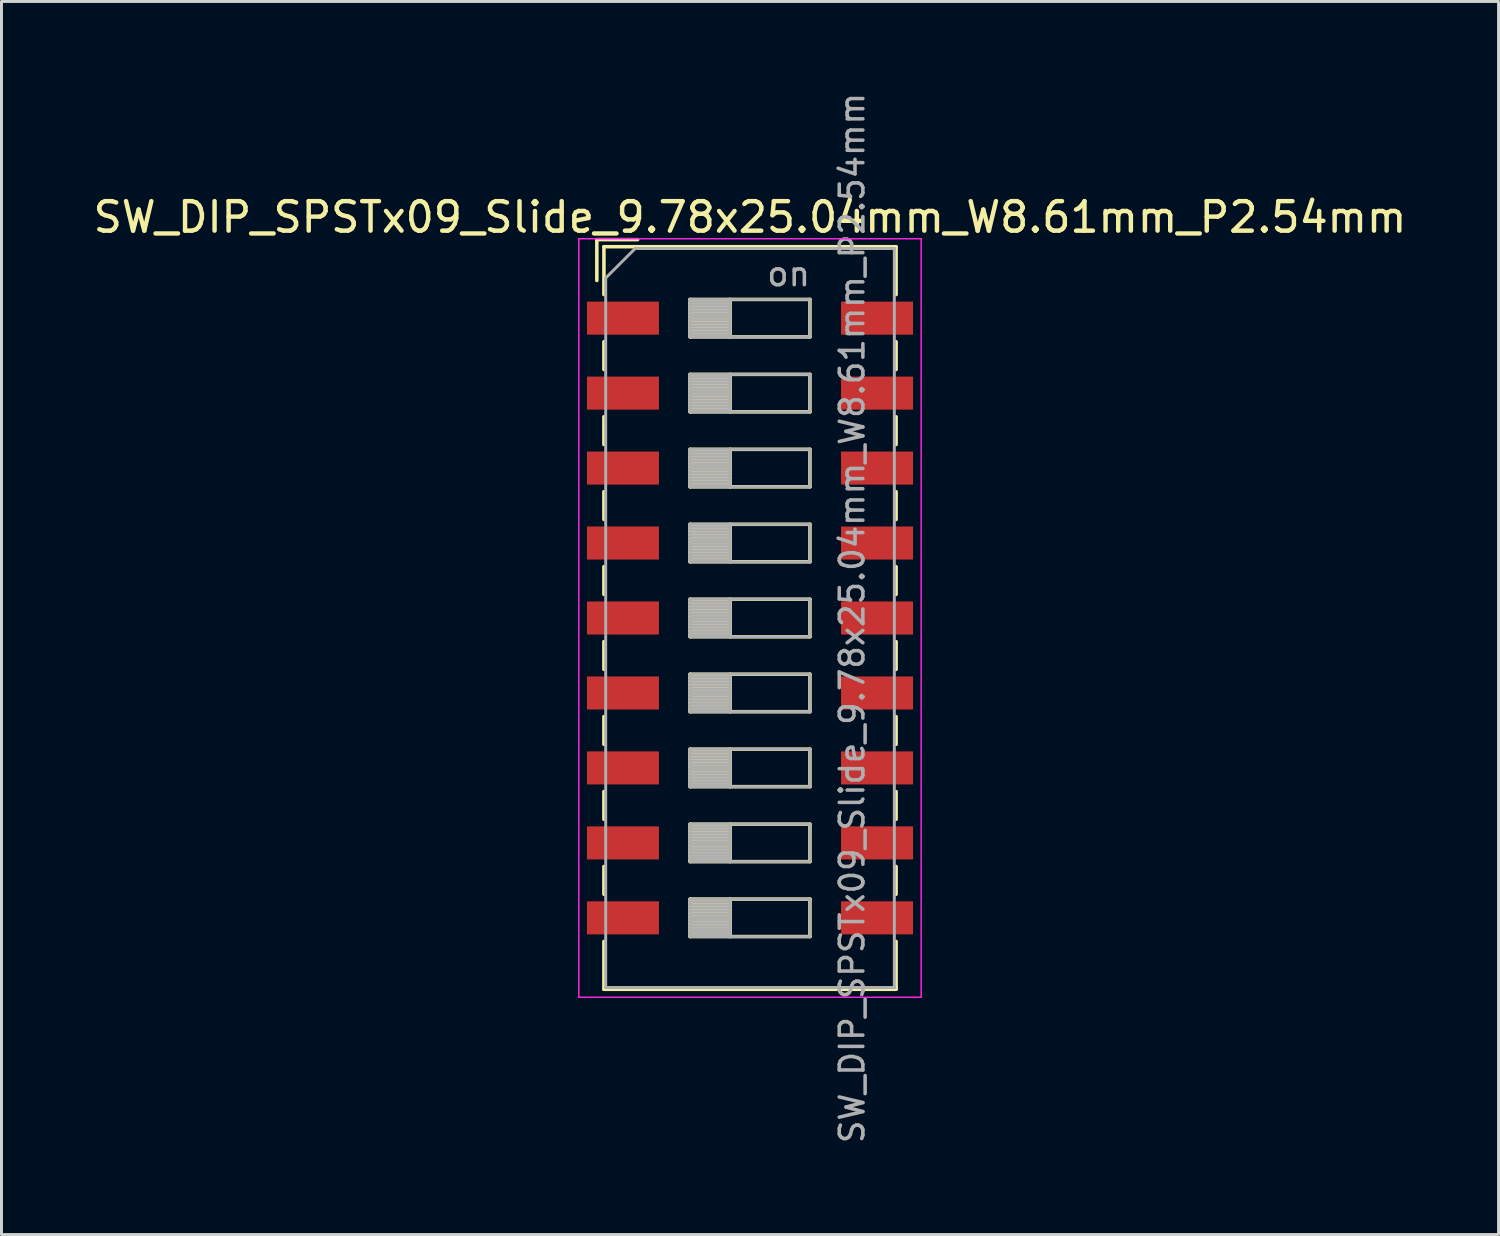
<source format=kicad_pcb>
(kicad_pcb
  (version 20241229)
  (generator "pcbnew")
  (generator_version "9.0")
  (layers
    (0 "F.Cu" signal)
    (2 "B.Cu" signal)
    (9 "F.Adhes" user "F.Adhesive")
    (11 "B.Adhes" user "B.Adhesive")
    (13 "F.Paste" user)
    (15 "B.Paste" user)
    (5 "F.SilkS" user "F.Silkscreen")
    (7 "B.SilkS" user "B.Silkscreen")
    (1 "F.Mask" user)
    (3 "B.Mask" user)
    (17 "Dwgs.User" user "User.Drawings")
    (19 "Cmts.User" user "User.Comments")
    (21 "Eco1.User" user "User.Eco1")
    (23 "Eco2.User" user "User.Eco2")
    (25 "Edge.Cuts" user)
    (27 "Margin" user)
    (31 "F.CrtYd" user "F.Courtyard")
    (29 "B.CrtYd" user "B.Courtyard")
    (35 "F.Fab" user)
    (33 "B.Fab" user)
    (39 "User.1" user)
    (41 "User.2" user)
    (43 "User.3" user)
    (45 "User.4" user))
  (footprint "SW_DIP_SPSTx09_Slide_9.78x25.04mm_W8.61mm_P2.54mm"
    (layer "F.Cu")
    (at 22.363 17.89)
    (property "Reference" "SW_DIP_SPSTx09_Slide_9.78x25.04mm_W8.61mm_P2.54mm" (at 0 -13.58 0) (layer "F.SilkS") (effects (font (size 1 1) (thickness 0.15))))
    (attr smd)
    (fp_line (start -5.19 -12.82) (end -5.19 -11.437) (stroke (width 0.12) (type solid)) (layer "F.SilkS"))
    (fp_line (start -5.19 -12.82) (end -3.806 -12.82) (stroke (width 0.12) (type solid)) (layer "F.SilkS"))
    (fp_line (start -4.95 -12.58) (end -4.95 -10.96) (stroke (width 0.12) (type solid)) (layer "F.SilkS"))
    (fp_line (start -4.95 -12.58) (end 4.95 -12.58) (stroke (width 0.12) (type solid)) (layer "F.SilkS"))
    (fp_line (start -4.95 -9.36) (end -4.95 -8.42) (stroke (width 0.12) (type solid)) (layer "F.SilkS"))
    (fp_line (start -4.95 -6.82) (end -4.95 -5.88) (stroke (width 0.12) (type solid)) (layer "F.SilkS"))
    (fp_line (start -4.95 -4.28) (end -4.95 -3.34) (stroke (width 0.12) (type solid)) (layer "F.SilkS"))
    (fp_line (start -4.95 -1.74) (end -4.95 -0.8) (stroke (width 0.12) (type solid)) (layer "F.SilkS"))
    (fp_line (start -4.95 0.8) (end -4.95 1.74) (stroke (width 0.12) (type solid)) (layer "F.SilkS"))
    (fp_line (start -4.95 3.34) (end -4.95 4.28) (stroke (width 0.12) (type solid)) (layer "F.SilkS"))
    (fp_line (start -4.95 5.88) (end -4.95 6.82) (stroke (width 0.12) (type solid)) (layer "F.SilkS"))
    (fp_line (start -4.95 8.42) (end -4.95 9.36) (stroke (width 0.12) (type solid)) (layer "F.SilkS"))
    (fp_line (start -4.95 10.96) (end -4.95 12.58) (stroke (width 0.12) (type solid)) (layer "F.SilkS"))
    (fp_line (start -4.95 12.58) (end 4.95 12.58) (stroke (width 0.12) (type solid)) (layer "F.SilkS"))
    (fp_line (start -2.03 -10.795) (end -2.03 -9.525) (stroke (width 0.12) (type solid)) (layer "F.SilkS"))
    (fp_line (start -2.03 -10.675) (end -0.677 -10.675) (stroke (width 0.12) (type solid)) (layer "F.SilkS"))
    (fp_line (start -2.03 -10.555) (end -0.677 -10.555) (stroke (width 0.12) (type solid)) (layer "F.SilkS"))
    (fp_line (start -2.03 -10.435) (end -0.677 -10.435) (stroke (width 0.12) (type solid)) (layer "F.SilkS"))
    (fp_line (start -2.03 -10.315) (end -0.677 -10.315) (stroke (width 0.12) (type solid)) (layer "F.SilkS"))
    (fp_line (start -2.03 -10.195) (end -0.677 -10.195) (stroke (width 0.12) (type solid)) (layer "F.SilkS"))
    (fp_line (start -2.03 -10.075) (end -0.677 -10.075) (stroke (width 0.12) (type solid)) (layer "F.SilkS"))
    (fp_line (start -2.03 -9.955) (end -0.677 -9.955) (stroke (width 0.12) (type solid)) (layer "F.SilkS"))
    (fp_line (start -2.03 -9.835) (end -0.677 -9.835) (stroke (width 0.12) (type solid)) (layer "F.SilkS"))
    (fp_line (start -2.03 -9.715) (end -0.677 -9.715) (stroke (width 0.12) (type solid)) (layer "F.SilkS"))
    (fp_line (start -2.03 -9.595) (end -0.677 -9.595) (stroke (width 0.12) (type solid)) (layer "F.SilkS"))
    (fp_line (start -2.03 -9.525) (end 2.03 -9.525) (stroke (width 0.12) (type solid)) (layer "F.SilkS"))
    (fp_line (start -2.03 -8.255) (end -2.03 -6.985) (stroke (width 0.12) (type solid)) (layer "F.SilkS"))
    (fp_line (start -2.03 -8.135) (end -0.677 -8.135) (stroke (width 0.12) (type solid)) (layer "F.SilkS"))
    (fp_line (start -2.03 -8.015) (end -0.677 -8.015) (stroke (width 0.12) (type solid)) (layer "F.SilkS"))
    (fp_line (start -2.03 -7.895) (end -0.677 -7.895) (stroke (width 0.12) (type solid)) (layer "F.SilkS"))
    (fp_line (start -2.03 -7.775) (end -0.677 -7.775) (stroke (width 0.12) (type solid)) (layer "F.SilkS"))
    (fp_line (start -2.03 -7.655) (end -0.677 -7.655) (stroke (width 0.12) (type solid)) (layer "F.SilkS"))
    (fp_line (start -2.03 -7.535) (end -0.677 -7.535) (stroke (width 0.12) (type solid)) (layer "F.SilkS"))
    (fp_line (start -2.03 -7.415) (end -0.677 -7.415) (stroke (width 0.12) (type solid)) (layer "F.SilkS"))
    (fp_line (start -2.03 -7.295) (end -0.677 -7.295) (stroke (width 0.12) (type solid)) (layer "F.SilkS"))
    (fp_line (start -2.03 -7.175) (end -0.677 -7.175) (stroke (width 0.12) (type solid)) (layer "F.SilkS"))
    (fp_line (start -2.03 -7.055) (end -0.677 -7.055) (stroke (width 0.12) (type solid)) (layer "F.SilkS"))
    (fp_line (start -2.03 -6.985) (end 2.03 -6.985) (stroke (width 0.12) (type solid)) (layer "F.SilkS"))
    (fp_line (start -2.03 -5.715) (end -2.03 -4.445) (stroke (width 0.12) (type solid)) (layer "F.SilkS"))
    (fp_line (start -2.03 -5.595) (end -0.677 -5.595) (stroke (width 0.12) (type solid)) (layer "F.SilkS"))
    (fp_line (start -2.03 -5.475) (end -0.677 -5.475) (stroke (width 0.12) (type solid)) (layer "F.SilkS"))
    (fp_line (start -2.03 -5.355) (end -0.677 -5.355) (stroke (width 0.12) (type solid)) (layer "F.SilkS"))
    (fp_line (start -2.03 -5.235) (end -0.677 -5.235) (stroke (width 0.12) (type solid)) (layer "F.SilkS"))
    (fp_line (start -2.03 -5.115) (end -0.677 -5.115) (stroke (width 0.12) (type solid)) (layer "F.SilkS"))
    (fp_line (start -2.03 -4.995) (end -0.677 -4.995) (stroke (width 0.12) (type solid)) (layer "F.SilkS"))
    (fp_line (start -2.03 -4.875) (end -0.677 -4.875) (stroke (width 0.12) (type solid)) (layer "F.SilkS"))
    (fp_line (start -2.03 -4.755) (end -0.677 -4.755) (stroke (width 0.12) (type solid)) (layer "F.SilkS"))
    (fp_line (start -2.03 -4.635) (end -0.677 -4.635) (stroke (width 0.12) (type solid)) (layer "F.SilkS"))
    (fp_line (start -2.03 -4.515) (end -0.677 -4.515) (stroke (width 0.12) (type solid)) (layer "F.SilkS"))
    (fp_line (start -2.03 -4.445) (end 2.03 -4.445) (stroke (width 0.12) (type solid)) (layer "F.SilkS"))
    (fp_line (start -2.03 -3.175) (end -2.03 -1.905) (stroke (width 0.12) (type solid)) (layer "F.SilkS"))
    (fp_line (start -2.03 -3.055) (end -0.677 -3.055) (stroke (width 0.12) (type solid)) (layer "F.SilkS"))
    (fp_line (start -2.03 -2.935) (end -0.677 -2.935) (stroke (width 0.12) (type solid)) (layer "F.SilkS"))
    (fp_line (start -2.03 -2.815) (end -0.677 -2.815) (stroke (width 0.12) (type solid)) (layer "F.SilkS"))
    (fp_line (start -2.03 -2.695) (end -0.677 -2.695) (stroke (width 0.12) (type solid)) (layer "F.SilkS"))
    (fp_line (start -2.03 -2.575) (end -0.677 -2.575) (stroke (width 0.12) (type solid)) (layer "F.SilkS"))
    (fp_line (start -2.03 -2.455) (end -0.677 -2.455) (stroke (width 0.12) (type solid)) (layer "F.SilkS"))
    (fp_line (start -2.03 -2.335) (end -0.677 -2.335) (stroke (width 0.12) (type solid)) (layer "F.SilkS"))
    (fp_line (start -2.03 -2.215) (end -0.677 -2.215) (stroke (width 0.12) (type solid)) (layer "F.SilkS"))
    (fp_line (start -2.03 -2.095) (end -0.677 -2.095) (stroke (width 0.12) (type solid)) (layer "F.SilkS"))
    (fp_line (start -2.03 -1.975) (end -0.677 -1.975) (stroke (width 0.12) (type solid)) (layer "F.SilkS"))
    (fp_line (start -2.03 -1.905) (end 2.03 -1.905) (stroke (width 0.12) (type solid)) (layer "F.SilkS"))
    (fp_line (start -2.03 -0.635) (end -2.03 0.635) (stroke (width 0.12) (type solid)) (layer "F.SilkS"))
    (fp_line (start -2.03 -0.515) (end -0.677 -0.515) (stroke (width 0.12) (type solid)) (layer "F.SilkS"))
    (fp_line (start -2.03 -0.395) (end -0.677 -0.395) (stroke (width 0.12) (type solid)) (layer "F.SilkS"))
    (fp_line (start -2.03 -0.275) (end -0.677 -0.275) (stroke (width 0.12) (type solid)) (layer "F.SilkS"))
    (fp_line (start -2.03 -0.155) (end -0.677 -0.155) (stroke (width 0.12) (type solid)) (layer "F.SilkS"))
    (fp_line (start -2.03 -0.035) (end -0.677 -0.035) (stroke (width 0.12) (type solid)) (layer "F.SilkS"))
    (fp_line (start -2.03 0.085) (end -0.677 0.085) (stroke (width 0.12) (type solid)) (layer "F.SilkS"))
    (fp_line (start -2.03 0.205) (end -0.677 0.205) (stroke (width 0.12) (type solid)) (layer "F.SilkS"))
    (fp_line (start -2.03 0.325) (end -0.677 0.325) (stroke (width 0.12) (type solid)) (layer "F.SilkS"))
    (fp_line (start -2.03 0.445) (end -0.677 0.445) (stroke (width 0.12) (type solid)) (layer "F.SilkS"))
    (fp_line (start -2.03 0.565) (end -0.677 0.565) (stroke (width 0.12) (type solid)) (layer "F.SilkS"))
    (fp_line (start -2.03 0.635) (end 2.03 0.635) (stroke (width 0.12) (type solid)) (layer "F.SilkS"))
    (fp_line (start -2.03 1.905) (end -2.03 3.175) (stroke (width 0.12) (type solid)) (layer "F.SilkS"))
    (fp_line (start -2.03 2.025) (end -0.677 2.025) (stroke (width 0.12) (type solid)) (layer "F.SilkS"))
    (fp_line (start -2.03 2.145) (end -0.677 2.145) (stroke (width 0.12) (type solid)) (layer "F.SilkS"))
    (fp_line (start -2.03 2.265) (end -0.677 2.265) (stroke (width 0.12) (type solid)) (layer "F.SilkS"))
    (fp_line (start -2.03 2.385) (end -0.677 2.385) (stroke (width 0.12) (type solid)) (layer "F.SilkS"))
    (fp_line (start -2.03 2.505) (end -0.677 2.505) (stroke (width 0.12) (type solid)) (layer "F.SilkS"))
    (fp_line (start -2.03 2.625) (end -0.677 2.625) (stroke (width 0.12) (type solid)) (layer "F.SilkS"))
    (fp_line (start -2.03 2.745) (end -0.677 2.745) (stroke (width 0.12) (type solid)) (layer "F.SilkS"))
    (fp_line (start -2.03 2.865) (end -0.677 2.865) (stroke (width 0.12) (type solid)) (layer "F.SilkS"))
    (fp_line (start -2.03 2.985) (end -0.677 2.985) (stroke (width 0.12) (type solid)) (layer "F.SilkS"))
    (fp_line (start -2.03 3.105) (end -0.677 3.105) (stroke (width 0.12) (type solid)) (layer "F.SilkS"))
    (fp_line (start -2.03 3.175) (end 2.03 3.175) (stroke (width 0.12) (type solid)) (layer "F.SilkS"))
    (fp_line (start -2.03 4.445) (end -2.03 5.715) (stroke (width 0.12) (type solid)) (layer "F.SilkS"))
    (fp_line (start -2.03 4.565) (end -0.677 4.565) (stroke (width 0.12) (type solid)) (layer "F.SilkS"))
    (fp_line (start -2.03 4.685) (end -0.677 4.685) (stroke (width 0.12) (type solid)) (layer "F.SilkS"))
    (fp_line (start -2.03 4.805) (end -0.677 4.805) (stroke (width 0.12) (type solid)) (layer "F.SilkS"))
    (fp_line (start -2.03 4.925) (end -0.677 4.925) (stroke (width 0.12) (type solid)) (layer "F.SilkS"))
    (fp_line (start -2.03 5.045) (end -0.677 5.045) (stroke (width 0.12) (type solid)) (layer "F.SilkS"))
    (fp_line (start -2.03 5.165) (end -0.677 5.165) (stroke (width 0.12) (type solid)) (layer "F.SilkS"))
    (fp_line (start -2.03 5.285) (end -0.677 5.285) (stroke (width 0.12) (type solid)) (layer "F.SilkS"))
    (fp_line (start -2.03 5.405) (end -0.677 5.405) (stroke (width 0.12) (type solid)) (layer "F.SilkS"))
    (fp_line (start -2.03 5.525) (end -0.677 5.525) (stroke (width 0.12) (type solid)) (layer "F.SilkS"))
    (fp_line (start -2.03 5.645) (end -0.677 5.645) (stroke (width 0.12) (type solid)) (layer "F.SilkS"))
    (fp_line (start -2.03 5.715) (end 2.03 5.715) (stroke (width 0.12) (type solid)) (layer "F.SilkS"))
    (fp_line (start -2.03 6.985) (end -2.03 8.255) (stroke (width 0.12) (type solid)) (layer "F.SilkS"))
    (fp_line (start -2.03 7.105) (end -0.677 7.105) (stroke (width 0.12) (type solid)) (layer "F.SilkS"))
    (fp_line (start -2.03 7.225) (end -0.677 7.225) (stroke (width 0.12) (type solid)) (layer "F.SilkS"))
    (fp_line (start -2.03 7.345) (end -0.677 7.345) (stroke (width 0.12) (type solid)) (layer "F.SilkS"))
    (fp_line (start -2.03 7.465) (end -0.677 7.465) (stroke (width 0.12) (type solid)) (layer "F.SilkS"))
    (fp_line (start -2.03 7.585) (end -0.677 7.585) (stroke (width 0.12) (type solid)) (layer "F.SilkS"))
    (fp_line (start -2.03 7.705) (end -0.677 7.705) (stroke (width 0.12) (type solid)) (layer "F.SilkS"))
    (fp_line (start -2.03 7.825) (end -0.677 7.825) (stroke (width 0.12) (type solid)) (layer "F.SilkS"))
    (fp_line (start -2.03 7.945) (end -0.677 7.945) (stroke (width 0.12) (type solid)) (layer "F.SilkS"))
    (fp_line (start -2.03 8.065) (end -0.677 8.065) (stroke (width 0.12) (type solid)) (layer "F.SilkS"))
    (fp_line (start -2.03 8.185) (end -0.677 8.185) (stroke (width 0.12) (type solid)) (layer "F.SilkS"))
    (fp_line (start -2.03 8.255) (end 2.03 8.255) (stroke (width 0.12) (type solid)) (layer "F.SilkS"))
    (fp_line (start -2.03 9.525) (end -2.03 10.795) (stroke (width 0.12) (type solid)) (layer "F.SilkS"))
    (fp_line (start -2.03 9.645) (end -0.677 9.645) (stroke (width 0.12) (type solid)) (layer "F.SilkS"))
    (fp_line (start -2.03 9.765) (end -0.677 9.765) (stroke (width 0.12) (type solid)) (layer "F.SilkS"))
    (fp_line (start -2.03 9.885) (end -0.677 9.885) (stroke (width 0.12) (type solid)) (layer "F.SilkS"))
    (fp_line (start -2.03 10.005) (end -0.677 10.005) (stroke (width 0.12) (type solid)) (layer "F.SilkS"))
    (fp_line (start -2.03 10.125) (end -0.677 10.125) (stroke (width 0.12) (type solid)) (layer "F.SilkS"))
    (fp_line (start -2.03 10.245) (end -0.677 10.245) (stroke (width 0.12) (type solid)) (layer "F.SilkS"))
    (fp_line (start -2.03 10.365) (end -0.677 10.365) (stroke (width 0.12) (type solid)) (layer "F.SilkS"))
    (fp_line (start -2.03 10.485) (end -0.677 10.485) (stroke (width 0.12) (type solid)) (layer "F.SilkS"))
    (fp_line (start -2.03 10.605) (end -0.677 10.605) (stroke (width 0.12) (type solid)) (layer "F.SilkS"))
    (fp_line (start -2.03 10.725) (end -0.677 10.725) (stroke (width 0.12) (type solid)) (layer "F.SilkS"))
    (fp_line (start -2.03 10.795) (end 2.03 10.795) (stroke (width 0.12) (type solid)) (layer "F.SilkS"))
    (fp_line (start -0.677 -10.795) (end -0.677 -9.525) (stroke (width 0.12) (type solid)) (layer "F.SilkS"))
    (fp_line (start -0.677 -8.255) (end -0.677 -6.985) (stroke (width 0.12) (type solid)) (layer "F.SilkS"))
    (fp_line (start -0.677 -5.715) (end -0.677 -4.445) (stroke (width 0.12) (type solid)) (layer "F.SilkS"))
    (fp_line (start -0.677 -3.175) (end -0.677 -1.905) (stroke (width 0.12) (type solid)) (layer "F.SilkS"))
    (fp_line (start -0.677 -0.635) (end -0.677 0.635) (stroke (width 0.12) (type solid)) (layer "F.SilkS"))
    (fp_line (start -0.677 1.905) (end -0.677 3.175) (stroke (width 0.12) (type solid)) (layer "F.SilkS"))
    (fp_line (start -0.677 4.445) (end -0.677 5.715) (stroke (width 0.12) (type solid)) (layer "F.SilkS"))
    (fp_line (start -0.677 6.985) (end -0.677 8.255) (stroke (width 0.12) (type solid)) (layer "F.SilkS"))
    (fp_line (start -0.677 9.525) (end -0.677 10.795) (stroke (width 0.12) (type solid)) (layer "F.SilkS"))
    (fp_line (start 2.03 -10.795) (end -2.03 -10.795) (stroke (width 0.12) (type solid)) (layer "F.SilkS"))
    (fp_line (start 2.03 -9.525) (end 2.03 -10.795) (stroke (width 0.12) (type solid)) (layer "F.SilkS"))
    (fp_line (start 2.03 -8.255) (end -2.03 -8.255) (stroke (width 0.12) (type solid)) (layer "F.SilkS"))
    (fp_line (start 2.03 -6.985) (end 2.03 -8.255) (stroke (width 0.12) (type solid)) (layer "F.SilkS"))
    (fp_line (start 2.03 -5.715) (end -2.03 -5.715) (stroke (width 0.12) (type solid)) (layer "F.SilkS"))
    (fp_line (start 2.03 -4.445) (end 2.03 -5.715) (stroke (width 0.12) (type solid)) (layer "F.SilkS"))
    (fp_line (start 2.03 -3.175) (end -2.03 -3.175) (stroke (width 0.12) (type solid)) (layer "F.SilkS"))
    (fp_line (start 2.03 -1.905) (end 2.03 -3.175) (stroke (width 0.12) (type solid)) (layer "F.SilkS"))
    (fp_line (start 2.03 -0.635) (end -2.03 -0.635) (stroke (width 0.12) (type solid)) (layer "F.SilkS"))
    (fp_line (start 2.03 0.635) (end 2.03 -0.635) (stroke (width 0.12) (type solid)) (layer "F.SilkS"))
    (fp_line (start 2.03 1.905) (end -2.03 1.905) (stroke (width 0.12) (type solid)) (layer "F.SilkS"))
    (fp_line (start 2.03 3.175) (end 2.03 1.905) (stroke (width 0.12) (type solid)) (layer "F.SilkS"))
    (fp_line (start 2.03 4.445) (end -2.03 4.445) (stroke (width 0.12) (type solid)) (layer "F.SilkS"))
    (fp_line (start 2.03 5.715) (end 2.03 4.445) (stroke (width 0.12) (type solid)) (layer "F.SilkS"))
    (fp_line (start 2.03 6.985) (end -2.03 6.985) (stroke (width 0.12) (type solid)) (layer "F.SilkS"))
    (fp_line (start 2.03 8.255) (end 2.03 6.985) (stroke (width 0.12) (type solid)) (layer "F.SilkS"))
    (fp_line (start 2.03 9.525) (end -2.03 9.525) (stroke (width 0.12) (type solid)) (layer "F.SilkS"))
    (fp_line (start 2.03 10.795) (end 2.03 9.525) (stroke (width 0.12) (type solid)) (layer "F.SilkS"))
    (fp_line (start 4.95 -12.58) (end 4.95 -10.96) (stroke (width 0.12) (type solid)) (layer "F.SilkS"))
    (fp_line (start 4.95 -9.359) (end 4.95 -8.419) (stroke (width 0.12) (type solid)) (layer "F.SilkS"))
    (fp_line (start 4.95 -6.819) (end 4.95 -5.879) (stroke (width 0.12) (type solid)) (layer "F.SilkS"))
    (fp_line (start 4.95 -4.279) (end 4.95 -3.339) (stroke (width 0.12) (type solid)) (layer "F.SilkS"))
    (fp_line (start 4.95 -1.739) (end 4.95 -0.799) (stroke (width 0.12) (type solid)) (layer "F.SilkS"))
    (fp_line (start 4.95 0.801) (end 4.95 1.741) (stroke (width 0.12) (type solid)) (layer "F.SilkS"))
    (fp_line (start 4.95 3.341) (end 4.95 4.281) (stroke (width 0.12) (type solid)) (layer "F.SilkS"))
    (fp_line (start 4.95 5.881) (end 4.95 6.82) (stroke (width 0.12) (type solid)) (layer "F.SilkS"))
    (fp_line (start 4.95 8.42) (end 4.95 9.36) (stroke (width 0.12) (type solid)) (layer "F.SilkS"))
    (fp_line (start 4.95 10.96) (end 4.95 12.58) (stroke (width 0.12) (type solid)) (layer "F.SilkS"))
    (fp_line (start -5.8 -12.85) (end -5.8 12.85) (stroke (width 0.05) (type solid)) (layer "F.CrtYd"))
    (fp_line (start -5.8 12.85) (end 5.8 12.85) (stroke (width 0.05) (type solid)) (layer "F.CrtYd"))
    (fp_line (start 5.8 -12.85) (end -5.8 -12.85) (stroke (width 0.05) (type solid)) (layer "F.CrtYd"))
    (fp_line (start 5.8 12.85) (end 5.8 -12.85) (stroke (width 0.05) (type solid)) (layer "F.CrtYd"))
    (fp_line (start -4.89 -11.52) (end -3.89 -12.52) (stroke (width 0.1) (type solid)) (layer "F.Fab"))
    (fp_line (start -4.89 12.52) (end -4.89 -11.52) (stroke (width 0.1) (type solid)) (layer "F.Fab"))
    (fp_line (start -3.89 -12.52) (end 4.89 -12.52) (stroke (width 0.1) (type solid)) (layer "F.Fab"))
    (fp_line (start -2.03 -10.795) (end -2.03 -9.525) (stroke (width 0.1) (type solid)) (layer "F.Fab"))
    (fp_line (start -2.03 -10.695) (end -0.677 -10.695) (stroke (width 0.1) (type solid)) (layer "F.Fab"))
    (fp_line (start -2.03 -10.595) (end -0.677 -10.595) (stroke (width 0.1) (type solid)) (layer "F.Fab"))
    (fp_line (start -2.03 -10.495) (end -0.677 -10.495) (stroke (width 0.1) (type solid)) (layer "F.Fab"))
    (fp_line (start -2.03 -10.395) (end -0.677 -10.395) (stroke (width 0.1) (type solid)) (layer "F.Fab"))
    (fp_line (start -2.03 -10.295) (end -0.677 -10.295) (stroke (width 0.1) (type solid)) (layer "F.Fab"))
    (fp_line (start -2.03 -10.195) (end -0.677 -10.195) (stroke (width 0.1) (type solid)) (layer "F.Fab"))
    (fp_line (start -2.03 -10.095) (end -0.677 -10.095) (stroke (width 0.1) (type solid)) (layer "F.Fab"))
    (fp_line (start -2.03 -9.995) (end -0.677 -9.995) (stroke (width 0.1) (type solid)) (layer "F.Fab"))
    (fp_line (start -2.03 -9.895) (end -0.677 -9.895) (stroke (width 0.1) (type solid)) (layer "F.Fab"))
    (fp_line (start -2.03 -9.795) (end -0.677 -9.795) (stroke (width 0.1) (type solid)) (layer "F.Fab"))
    (fp_line (start -2.03 -9.695) (end -0.677 -9.695) (stroke (width 0.1) (type solid)) (layer "F.Fab"))
    (fp_line (start -2.03 -9.595) (end -0.677 -9.595) (stroke (width 0.1) (type solid)) (layer "F.Fab"))
    (fp_line (start -2.03 -9.525) (end 2.03 -9.525) (stroke (width 0.1) (type solid)) (layer "F.Fab"))
    (fp_line (start -2.03 -8.255) (end -2.03 -6.985) (stroke (width 0.1) (type solid)) (layer "F.Fab"))
    (fp_line (start -2.03 -8.155) (end -0.677 -8.155) (stroke (width 0.1) (type solid)) (layer "F.Fab"))
    (fp_line (start -2.03 -8.055) (end -0.677 -8.055) (stroke (width 0.1) (type solid)) (layer "F.Fab"))
    (fp_line (start -2.03 -7.955) (end -0.677 -7.955) (stroke (width 0.1) (type solid)) (layer "F.Fab"))
    (fp_line (start -2.03 -7.855) (end -0.677 -7.855) (stroke (width 0.1) (type solid)) (layer "F.Fab"))
    (fp_line (start -2.03 -7.755) (end -0.677 -7.755) (stroke (width 0.1) (type solid)) (layer "F.Fab"))
    (fp_line (start -2.03 -7.655) (end -0.677 -7.655) (stroke (width 0.1) (type solid)) (layer "F.Fab"))
    (fp_line (start -2.03 -7.555) (end -0.677 -7.555) (stroke (width 0.1) (type solid)) (layer "F.Fab"))
    (fp_line (start -2.03 -7.455) (end -0.677 -7.455) (stroke (width 0.1) (type solid)) (layer "F.Fab"))
    (fp_line (start -2.03 -7.355) (end -0.677 -7.355) (stroke (width 0.1) (type solid)) (layer "F.Fab"))
    (fp_line (start -2.03 -7.255) (end -0.677 -7.255) (stroke (width 0.1) (type solid)) (layer "F.Fab"))
    (fp_line (start -2.03 -7.155) (end -0.677 -7.155) (stroke (width 0.1) (type solid)) (layer "F.Fab"))
    (fp_line (start -2.03 -7.055) (end -0.677 -7.055) (stroke (width 0.1) (type solid)) (layer "F.Fab"))
    (fp_line (start -2.03 -6.985) (end 2.03 -6.985) (stroke (width 0.1) (type solid)) (layer "F.Fab"))
    (fp_line (start -2.03 -5.715) (end -2.03 -4.445) (stroke (width 0.1) (type solid)) (layer "F.Fab"))
    (fp_line (start -2.03 -5.615) (end -0.677 -5.615) (stroke (width 0.1) (type solid)) (layer "F.Fab"))
    (fp_line (start -2.03 -5.515) (end -0.677 -5.515) (stroke (width 0.1) (type solid)) (layer "F.Fab"))
    (fp_line (start -2.03 -5.415) (end -0.677 -5.415) (stroke (width 0.1) (type solid)) (layer "F.Fab"))
    (fp_line (start -2.03 -5.315) (end -0.677 -5.315) (stroke (width 0.1) (type solid)) (layer "F.Fab"))
    (fp_line (start -2.03 -5.215) (end -0.677 -5.215) (stroke (width 0.1) (type solid)) (layer "F.Fab"))
    (fp_line (start -2.03 -5.115) (end -0.677 -5.115) (stroke (width 0.1) (type solid)) (layer "F.Fab"))
    (fp_line (start -2.03 -5.015) (end -0.677 -5.015) (stroke (width 0.1) (type solid)) (layer "F.Fab"))
    (fp_line (start -2.03 -4.915) (end -0.677 -4.915) (stroke (width 0.1) (type solid)) (layer "F.Fab"))
    (fp_line (start -2.03 -4.815) (end -0.677 -4.815) (stroke (width 0.1) (type solid)) (layer "F.Fab"))
    (fp_line (start -2.03 -4.715) (end -0.677 -4.715) (stroke (width 0.1) (type solid)) (layer "F.Fab"))
    (fp_line (start -2.03 -4.615) (end -0.677 -4.615) (stroke (width 0.1) (type solid)) (layer "F.Fab"))
    (fp_line (start -2.03 -4.515) (end -0.677 -4.515) (stroke (width 0.1) (type solid)) (layer "F.Fab"))
    (fp_line (start -2.03 -4.445) (end 2.03 -4.445) (stroke (width 0.1) (type solid)) (layer "F.Fab"))
    (fp_line (start -2.03 -3.175) (end -2.03 -1.905) (stroke (width 0.1) (type solid)) (layer "F.Fab"))
    (fp_line (start -2.03 -3.075) (end -0.677 -3.075) (stroke (width 0.1) (type solid)) (layer "F.Fab"))
    (fp_line (start -2.03 -2.975) (end -0.677 -2.975) (stroke (width 0.1) (type solid)) (layer "F.Fab"))
    (fp_line (start -2.03 -2.875) (end -0.677 -2.875) (stroke (width 0.1) (type solid)) (layer "F.Fab"))
    (fp_line (start -2.03 -2.775) (end -0.677 -2.775) (stroke (width 0.1) (type solid)) (layer "F.Fab"))
    (fp_line (start -2.03 -2.675) (end -0.677 -2.675) (stroke (width 0.1) (type solid)) (layer "F.Fab"))
    (fp_line (start -2.03 -2.575) (end -0.677 -2.575) (stroke (width 0.1) (type solid)) (layer "F.Fab"))
    (fp_line (start -2.03 -2.475) (end -0.677 -2.475) (stroke (width 0.1) (type solid)) (layer "F.Fab"))
    (fp_line (start -2.03 -2.375) (end -0.677 -2.375) (stroke (width 0.1) (type solid)) (layer "F.Fab"))
    (fp_line (start -2.03 -2.275) (end -0.677 -2.275) (stroke (width 0.1) (type solid)) (layer "F.Fab"))
    (fp_line (start -2.03 -2.175) (end -0.677 -2.175) (stroke (width 0.1) (type solid)) (layer "F.Fab"))
    (fp_line (start -2.03 -2.075) (end -0.677 -2.075) (stroke (width 0.1) (type solid)) (layer "F.Fab"))
    (fp_line (start -2.03 -1.975) (end -0.677 -1.975) (stroke (width 0.1) (type solid)) (layer "F.Fab"))
    (fp_line (start -2.03 -1.905) (end 2.03 -1.905) (stroke (width 0.1) (type solid)) (layer "F.Fab"))
    (fp_line (start -2.03 -0.635) (end -2.03 0.635) (stroke (width 0.1) (type solid)) (layer "F.Fab"))
    (fp_line (start -2.03 -0.535) (end -0.677 -0.535) (stroke (width 0.1) (type solid)) (layer "F.Fab"))
    (fp_line (start -2.03 -0.435) (end -0.677 -0.435) (stroke (width 0.1) (type solid)) (layer "F.Fab"))
    (fp_line (start -2.03 -0.335) (end -0.677 -0.335) (stroke (width 0.1) (type solid)) (layer "F.Fab"))
    (fp_line (start -2.03 -0.235) (end -0.677 -0.235) (stroke (width 0.1) (type solid)) (layer "F.Fab"))
    (fp_line (start -2.03 -0.135) (end -0.677 -0.135) (stroke (width 0.1) (type solid)) (layer "F.Fab"))
    (fp_line (start -2.03 -0.035) (end -0.677 -0.035) (stroke (width 0.1) (type solid)) (layer "F.Fab"))
    (fp_line (start -2.03 0.065) (end -0.677 0.065) (stroke (width 0.1) (type solid)) (layer "F.Fab"))
    (fp_line (start -2.03 0.165) (end -0.677 0.165) (stroke (width 0.1) (type solid)) (layer "F.Fab"))
    (fp_line (start -2.03 0.265) (end -0.677 0.265) (stroke (width 0.1) (type solid)) (layer "F.Fab"))
    (fp_line (start -2.03 0.365) (end -0.677 0.365) (stroke (width 0.1) (type solid)) (layer "F.Fab"))
    (fp_line (start -2.03 0.465) (end -0.677 0.465) (stroke (width 0.1) (type solid)) (layer "F.Fab"))
    (fp_line (start -2.03 0.565) (end -0.677 0.565) (stroke (width 0.1) (type solid)) (layer "F.Fab"))
    (fp_line (start -2.03 0.635) (end 2.03 0.635) (stroke (width 0.1) (type solid)) (layer "F.Fab"))
    (fp_line (start -2.03 1.905) (end -2.03 3.175) (stroke (width 0.1) (type solid)) (layer "F.Fab"))
    (fp_line (start -2.03 2.005) (end -0.677 2.005) (stroke (width 0.1) (type solid)) (layer "F.Fab"))
    (fp_line (start -2.03 2.105) (end -0.677 2.105) (stroke (width 0.1) (type solid)) (layer "F.Fab"))
    (fp_line (start -2.03 2.205) (end -0.677 2.205) (stroke (width 0.1) (type solid)) (layer "F.Fab"))
    (fp_line (start -2.03 2.305) (end -0.677 2.305) (stroke (width 0.1) (type solid)) (layer "F.Fab"))
    (fp_line (start -2.03 2.405) (end -0.677 2.405) (stroke (width 0.1) (type solid)) (layer "F.Fab"))
    (fp_line (start -2.03 2.505) (end -0.677 2.505) (stroke (width 0.1) (type solid)) (layer "F.Fab"))
    (fp_line (start -2.03 2.605) (end -0.677 2.605) (stroke (width 0.1) (type solid)) (layer "F.Fab"))
    (fp_line (start -2.03 2.705) (end -0.677 2.705) (stroke (width 0.1) (type solid)) (layer "F.Fab"))
    (fp_line (start -2.03 2.805) (end -0.677 2.805) (stroke (width 0.1) (type solid)) (layer "F.Fab"))
    (fp_line (start -2.03 2.905) (end -0.677 2.905) (stroke (width 0.1) (type solid)) (layer "F.Fab"))
    (fp_line (start -2.03 3.005) (end -0.677 3.005) (stroke (width 0.1) (type solid)) (layer "F.Fab"))
    (fp_line (start -2.03 3.105) (end -0.677 3.105) (stroke (width 0.1) (type solid)) (layer "F.Fab"))
    (fp_line (start -2.03 3.175) (end 2.03 3.175) (stroke (width 0.1) (type solid)) (layer "F.Fab"))
    (fp_line (start -2.03 4.445) (end -2.03 5.715) (stroke (width 0.1) (type solid)) (layer "F.Fab"))
    (fp_line (start -2.03 4.545) (end -0.677 4.545) (stroke (width 0.1) (type solid)) (layer "F.Fab"))
    (fp_line (start -2.03 4.645) (end -0.677 4.645) (stroke (width 0.1) (type solid)) (layer "F.Fab"))
    (fp_line (start -2.03 4.745) (end -0.677 4.745) (stroke (width 0.1) (type solid)) (layer "F.Fab"))
    (fp_line (start -2.03 4.845) (end -0.677 4.845) (stroke (width 0.1) (type solid)) (layer "F.Fab"))
    (fp_line (start -2.03 4.945) (end -0.677 4.945) (stroke (width 0.1) (type solid)) (layer "F.Fab"))
    (fp_line (start -2.03 5.045) (end -0.677 5.045) (stroke (width 0.1) (type solid)) (layer "F.Fab"))
    (fp_line (start -2.03 5.145) (end -0.677 5.145) (stroke (width 0.1) (type solid)) (layer "F.Fab"))
    (fp_line (start -2.03 5.245) (end -0.677 5.245) (stroke (width 0.1) (type solid)) (layer "F.Fab"))
    (fp_line (start -2.03 5.345) (end -0.677 5.345) (stroke (width 0.1) (type solid)) (layer "F.Fab"))
    (fp_line (start -2.03 5.445) (end -0.677 5.445) (stroke (width 0.1) (type solid)) (layer "F.Fab"))
    (fp_line (start -2.03 5.545) (end -0.677 5.545) (stroke (width 0.1) (type solid)) (layer "F.Fab"))
    (fp_line (start -2.03 5.645) (end -0.677 5.645) (stroke (width 0.1) (type solid)) (layer "F.Fab"))
    (fp_line (start -2.03 5.715) (end 2.03 5.715) (stroke (width 0.1) (type solid)) (layer "F.Fab"))
    (fp_line (start -2.03 6.985) (end -2.03 8.255) (stroke (width 0.1) (type solid)) (layer "F.Fab"))
    (fp_line (start -2.03 7.085) (end -0.677 7.085) (stroke (width 0.1) (type solid)) (layer "F.Fab"))
    (fp_line (start -2.03 7.185) (end -0.677 7.185) (stroke (width 0.1) (type solid)) (layer "F.Fab"))
    (fp_line (start -2.03 7.285) (end -0.677 7.285) (stroke (width 0.1) (type solid)) (layer "F.Fab"))
    (fp_line (start -2.03 7.385) (end -0.677 7.385) (stroke (width 0.1) (type solid)) (layer "F.Fab"))
    (fp_line (start -2.03 7.485) (end -0.677 7.485) (stroke (width 0.1) (type solid)) (layer "F.Fab"))
    (fp_line (start -2.03 7.585) (end -0.677 7.585) (stroke (width 0.1) (type solid)) (layer "F.Fab"))
    (fp_line (start -2.03 7.685) (end -0.677 7.685) (stroke (width 0.1) (type solid)) (layer "F.Fab"))
    (fp_line (start -2.03 7.785) (end -0.677 7.785) (stroke (width 0.1) (type solid)) (layer "F.Fab"))
    (fp_line (start -2.03 7.885) (end -0.677 7.885) (stroke (width 0.1) (type solid)) (layer "F.Fab"))
    (fp_line (start -2.03 7.985) (end -0.677 7.985) (stroke (width 0.1) (type solid)) (layer "F.Fab"))
    (fp_line (start -2.03 8.085) (end -0.677 8.085) (stroke (width 0.1) (type solid)) (layer "F.Fab"))
    (fp_line (start -2.03 8.185) (end -0.677 8.185) (stroke (width 0.1) (type solid)) (layer "F.Fab"))
    (fp_line (start -2.03 8.255) (end 2.03 8.255) (stroke (width 0.1) (type solid)) (layer "F.Fab"))
    (fp_line (start -2.03 9.525) (end -2.03 10.795) (stroke (width 0.1) (type solid)) (layer "F.Fab"))
    (fp_line (start -2.03 9.625) (end -0.677 9.625) (stroke (width 0.1) (type solid)) (layer "F.Fab"))
    (fp_line (start -2.03 9.725) (end -0.677 9.725) (stroke (width 0.1) (type solid)) (layer "F.Fab"))
    (fp_line (start -2.03 9.825) (end -0.677 9.825) (stroke (width 0.1) (type solid)) (layer "F.Fab"))
    (fp_line (start -2.03 9.925) (end -0.677 9.925) (stroke (width 0.1) (type solid)) (layer "F.Fab"))
    (fp_line (start -2.03 10.025) (end -0.677 10.025) (stroke (width 0.1) (type solid)) (layer "F.Fab"))
    (fp_line (start -2.03 10.125) (end -0.677 10.125) (stroke (width 0.1) (type solid)) (layer "F.Fab"))
    (fp_line (start -2.03 10.225) (end -0.677 10.225) (stroke (width 0.1) (type solid)) (layer "F.Fab"))
    (fp_line (start -2.03 10.325) (end -0.677 10.325) (stroke (width 0.1) (type solid)) (layer "F.Fab"))
    (fp_line (start -2.03 10.425) (end -0.677 10.425) (stroke (width 0.1) (type solid)) (layer "F.Fab"))
    (fp_line (start -2.03 10.525) (end -0.677 10.525) (stroke (width 0.1) (type solid)) (layer "F.Fab"))
    (fp_line (start -2.03 10.625) (end -0.677 10.625) (stroke (width 0.1) (type solid)) (layer "F.Fab"))
    (fp_line (start -2.03 10.725) (end -0.677 10.725) (stroke (width 0.1) (type solid)) (layer "F.Fab"))
    (fp_line (start -2.03 10.795) (end 2.03 10.795) (stroke (width 0.1) (type solid)) (layer "F.Fab"))
    (fp_line (start -0.677 -10.795) (end -0.677 -9.525) (stroke (width 0.1) (type solid)) (layer "F.Fab"))
    (fp_line (start -0.677 -8.255) (end -0.677 -6.985) (stroke (width 0.1) (type solid)) (layer "F.Fab"))
    (fp_line (start -0.677 -5.715) (end -0.677 -4.445) (stroke (width 0.1) (type solid)) (layer "F.Fab"))
    (fp_line (start -0.677 -3.175) (end -0.677 -1.905) (stroke (width 0.1) (type solid)) (layer "F.Fab"))
    (fp_line (start -0.677 -0.635) (end -0.677 0.635) (stroke (width 0.1) (type solid)) (layer "F.Fab"))
    (fp_line (start -0.677 1.905) (end -0.677 3.175) (stroke (width 0.1) (type solid)) (layer "F.Fab"))
    (fp_line (start -0.677 4.445) (end -0.677 5.715) (stroke (width 0.1) (type solid)) (layer "F.Fab"))
    (fp_line (start -0.677 6.985) (end -0.677 8.255) (stroke (width 0.1) (type solid)) (layer "F.Fab"))
    (fp_line (start -0.677 9.525) (end -0.677 10.795) (stroke (width 0.1) (type solid)) (layer "F.Fab"))
    (fp_line (start 2.03 -10.795) (end -2.03 -10.795) (stroke (width 0.1) (type solid)) (layer "F.Fab"))
    (fp_line (start 2.03 -9.525) (end 2.03 -10.795) (stroke (width 0.1) (type solid)) (layer "F.Fab"))
    (fp_line (start 2.03 -8.255) (end -2.03 -8.255) (stroke (width 0.1) (type solid)) (layer "F.Fab"))
    (fp_line (start 2.03 -6.985) (end 2.03 -8.255) (stroke (width 0.1) (type solid)) (layer "F.Fab"))
    (fp_line (start 2.03 -5.715) (end -2.03 -5.715) (stroke (width 0.1) (type solid)) (layer "F.Fab"))
    (fp_line (start 2.03 -4.445) (end 2.03 -5.715) (stroke (width 0.1) (type solid)) (layer "F.Fab"))
    (fp_line (start 2.03 -3.175) (end -2.03 -3.175) (stroke (width 0.1) (type solid)) (layer "F.Fab"))
    (fp_line (start 2.03 -1.905) (end 2.03 -3.175) (stroke (width 0.1) (type solid)) (layer "F.Fab"))
    (fp_line (start 2.03 -0.635) (end -2.03 -0.635) (stroke (width 0.1) (type solid)) (layer "F.Fab"))
    (fp_line (start 2.03 0.635) (end 2.03 -0.635) (stroke (width 0.1) (type solid)) (layer "F.Fab"))
    (fp_line (start 2.03 1.905) (end -2.03 1.905) (stroke (width 0.1) (type solid)) (layer "F.Fab"))
    (fp_line (start 2.03 3.175) (end 2.03 1.905) (stroke (width 0.1) (type solid)) (layer "F.Fab"))
    (fp_line (start 2.03 4.445) (end -2.03 4.445) (stroke (width 0.1) (type solid)) (layer "F.Fab"))
    (fp_line (start 2.03 5.715) (end 2.03 4.445) (stroke (width 0.1) (type solid)) (layer "F.Fab"))
    (fp_line (start 2.03 6.985) (end -2.03 6.985) (stroke (width 0.1) (type solid)) (layer "F.Fab"))
    (fp_line (start 2.03 8.255) (end 2.03 6.985) (stroke (width 0.1) (type solid)) (layer "F.Fab"))
    (fp_line (start 2.03 9.525) (end -2.03 9.525) (stroke (width 0.1) (type solid)) (layer "F.Fab"))
    (fp_line (start 2.03 10.795) (end 2.03 9.525) (stroke (width 0.1) (type solid)) (layer "F.Fab"))
    (fp_line (start 4.89 -12.52) (end 4.89 12.52) (stroke (width 0.1) (type solid)) (layer "F.Fab"))
    (fp_line (start 4.89 12.52) (end -4.89 12.52) (stroke (width 0.1) (type solid)) (layer "F.Fab"))
    (fp_text user "on" (at 1.308 -11.658 0) (layer "F.Fab") (effects (font (size 0.8 0.8) (thickness 0.12))))
    (fp_text user "${REFERENCE}" (at 3.46 0 90) (layer "F.Fab") (effects (font (size 0.8 0.8) (thickness 0.12))))
    (pad "1" smd rect (at -4.305 -10.16) (size 2.44 1.12) (layers "F.Cu" "F.Mask" "F.Paste"))
    (pad "2" smd rect (at -4.305 -7.62) (size 2.44 1.12) (layers "F.Cu" "F.Mask" "F.Paste"))
    (pad "3" smd rect (at -4.305 -5.08) (size 2.44 1.12) (layers "F.Cu" "F.Mask" "F.Paste"))
    (pad "4" smd rect (at -4.305 -2.54) (size 2.44 1.12) (layers "F.Cu" "F.Mask" "F.Paste"))
    (pad "5" smd rect (at -4.305 0) (size 2.44 1.12) (layers "F.Cu" "F.Mask" "F.Paste"))
    (pad "6" smd rect (at -4.305 2.54) (size 2.44 1.12) (layers "F.Cu" "F.Mask" "F.Paste"))
    (pad "7" smd rect (at -4.305 5.08) (size 2.44 1.12) (layers "F.Cu" "F.Mask" "F.Paste"))
    (pad "8" smd rect (at -4.305 7.62) (size 2.44 1.12) (layers "F.Cu" "F.Mask" "F.Paste"))
    (pad "9" smd rect (at -4.305 10.16) (size 2.44 1.12) (layers "F.Cu" "F.Mask" "F.Paste"))
    (pad "10" smd rect (at 4.305 10.16) (size 2.44 1.12) (layers "F.Cu" "F.Mask" "F.Paste"))
    (pad "11" smd rect (at 4.305 7.62) (size 2.44 1.12) (layers "F.Cu" "F.Mask" "F.Paste"))
    (pad "12" smd rect (at 4.305 5.08) (size 2.44 1.12) (layers "F.Cu" "F.Mask" "F.Paste"))
    (pad "13" smd rect (at 4.305 2.54) (size 2.44 1.12) (layers "F.Cu" "F.Mask" "F.Paste"))
    (pad "14" smd rect (at 4.305 0) (size 2.44 1.12) (layers "F.Cu" "F.Mask" "F.Paste"))
    (pad "15" smd rect (at 4.305 -2.54) (size 2.44 1.12) (layers "F.Cu" "F.Mask" "F.Paste"))
    (pad "16" smd rect (at 4.305 -5.08) (size 2.44 1.12) (layers "F.Cu" "F.Mask" "F.Paste"))
    (pad "17" smd rect (at 4.305 -7.62) (size 2.44 1.12) (layers "F.Cu" "F.Mask" "F.Paste"))
    (pad "18" smd rect (at 4.305 -10.16) (size 2.44 1.12) (layers "F.Cu" "F.Mask" "F.Paste")))
  (gr_rect
    (start -3 -3)
    (end 47.726 38.781)
    (stroke (width 0.1) (type default))
    (fill no)
    (layer "Edge.Cuts")))
</source>
